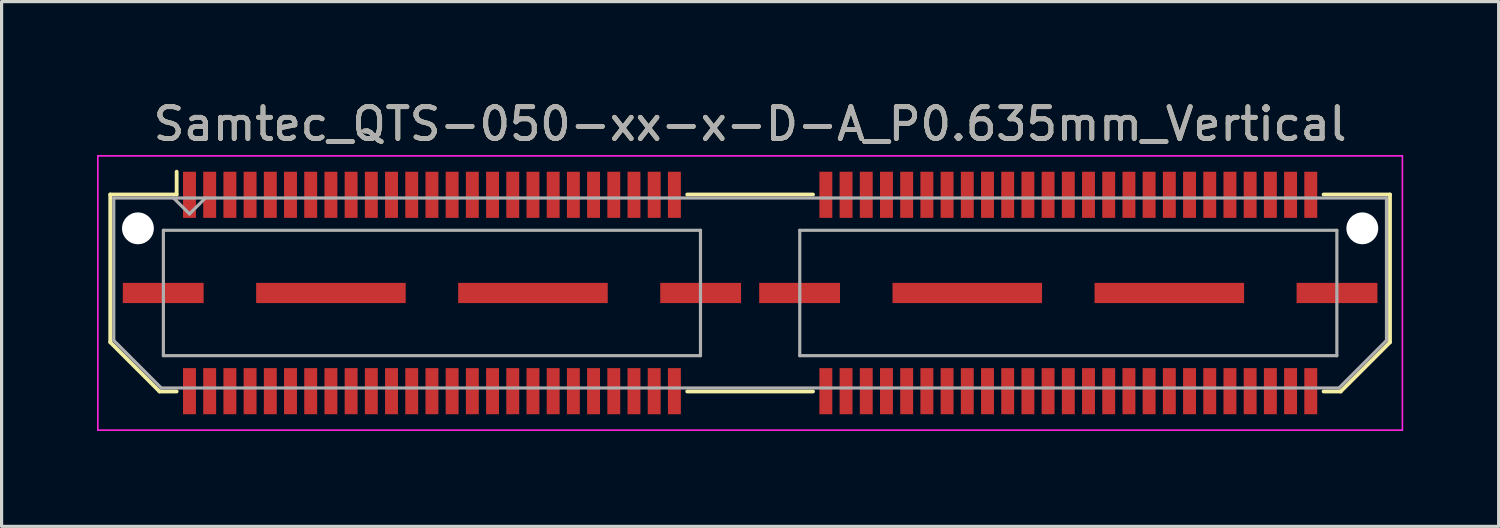
<source format=kicad_pcb>
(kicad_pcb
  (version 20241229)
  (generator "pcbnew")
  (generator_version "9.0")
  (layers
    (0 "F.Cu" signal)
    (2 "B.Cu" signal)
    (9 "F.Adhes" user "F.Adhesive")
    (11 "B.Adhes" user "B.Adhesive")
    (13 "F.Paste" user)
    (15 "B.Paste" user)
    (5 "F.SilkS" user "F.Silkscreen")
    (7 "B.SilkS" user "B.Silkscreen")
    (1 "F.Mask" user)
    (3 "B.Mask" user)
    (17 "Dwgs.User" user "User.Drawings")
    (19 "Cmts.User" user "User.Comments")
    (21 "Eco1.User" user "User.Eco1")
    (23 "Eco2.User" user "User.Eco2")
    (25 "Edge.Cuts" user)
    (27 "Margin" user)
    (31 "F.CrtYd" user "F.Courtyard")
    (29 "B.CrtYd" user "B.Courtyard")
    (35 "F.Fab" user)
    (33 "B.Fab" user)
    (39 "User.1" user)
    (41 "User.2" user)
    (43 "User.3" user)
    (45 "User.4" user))
  (footprint "Samtec_QTS-050-xx-x-D-A_P0.635mm_Vertical"
    (layer "F.Cu")
    (at 20.525 6.158)
    (property "Reference" "Samtec_QTS-050-xx-x-D-A_P0.635mm_Vertical" (at 0 -5.31 0) (layer "F.SilkS") (effects (font (size 1 1) (thickness 0.15))))
    (attr smd)
    (fp_line (start -20.11 -3.095) (end -20.11 1.548) (stroke (width 0.12) (type solid)) (layer "F.SilkS"))
    (fp_line (start -20.11 1.548) (end -18.562 3.095) (stroke (width 0.12) (type solid)) (layer "F.SilkS"))
    (fp_line (start -18.562 3.095) (end -18.023 3.095) (stroke (width 0.12) (type solid)) (layer "F.SilkS"))
    (fp_line (start -18.023 -3.811) (end -18.023 -3.095) (stroke (width 0.12) (type solid)) (layer "F.SilkS"))
    (fp_line (start -18.023 -3.095) (end -20.11 -3.095) (stroke (width 0.12) (type solid)) (layer "F.SilkS"))
    (fp_line (start -1.977 -3.095) (end 1.977 -3.095) (stroke (width 0.12) (type solid)) (layer "F.SilkS"))
    (fp_line (start -1.977 3.095) (end 1.977 3.095) (stroke (width 0.12) (type solid)) (layer "F.SilkS"))
    (fp_line (start 18.023 -3.095) (end 20.11 -3.095) (stroke (width 0.12) (type solid)) (layer "F.SilkS"))
    (fp_line (start 18.562 3.095) (end 18.023 3.095) (stroke (width 0.12) (type solid)) (layer "F.SilkS"))
    (fp_line (start 20.11 -3.095) (end 20.11 1.548) (stroke (width 0.12) (type solid)) (layer "F.SilkS"))
    (fp_line (start 20.11 1.548) (end 18.562 3.095) (stroke (width 0.12) (type solid)) (layer "F.SilkS"))
    (fp_line (start -20.5 -4.31) (end -20.5 4.31) (stroke (width 0.05) (type solid)) (layer "F.CrtYd"))
    (fp_line (start -20.5 4.31) (end 20.5 4.31) (stroke (width 0.05) (type solid)) (layer "F.CrtYd"))
    (fp_line (start 20.5 -4.31) (end -20.5 -4.31) (stroke (width 0.05) (type solid)) (layer "F.CrtYd"))
    (fp_line (start 20.5 4.31) (end 20.5 -4.31) (stroke (width 0.05) (type solid)) (layer "F.CrtYd"))
    (fp_line (start -20 -2.985) (end -20 1.492) (stroke (width 0.1) (type solid)) (layer "F.Fab"))
    (fp_line (start -20 -2.985) (end 20 -2.985) (stroke (width 0.1) (type solid)) (layer "F.Fab"))
    (fp_line (start -20 1.492) (end -18.508 2.985) (stroke (width 0.1) (type solid)) (layer "F.Fab"))
    (fp_line (start -18.508 2.985) (end 18.508 2.985) (stroke (width 0.1) (type solid)) (layer "F.Fab"))
    (fp_line (start -18.44 -1.97) (end -18.44 1.97) (stroke (width 0.1) (type solid)) (layer "F.Fab"))
    (fp_line (start -18.44 1.97) (end -1.56 1.97) (stroke (width 0.1) (type solid)) (layer "F.Fab"))
    (fp_line (start -17.62 -2.485) (end -18.12 -2.985) (stroke (width 0.1) (type solid)) (layer "F.Fab"))
    (fp_line (start -17.12 -2.985) (end -17.62 -2.485) (stroke (width 0.1) (type solid)) (layer "F.Fab"))
    (fp_line (start -1.56 -1.97) (end -18.44 -1.97) (stroke (width 0.1) (type solid)) (layer "F.Fab"))
    (fp_line (start -1.56 1.97) (end -1.56 -1.97) (stroke (width 0.1) (type solid)) (layer "F.Fab"))
    (fp_line (start 1.56 -1.97) (end 1.56 1.97) (stroke (width 0.1) (type solid)) (layer "F.Fab"))
    (fp_line (start 1.56 1.97) (end 18.44 1.97) (stroke (width 0.1) (type solid)) (layer "F.Fab"))
    (fp_line (start 18.44 -1.97) (end 1.56 -1.97) (stroke (width 0.1) (type solid)) (layer "F.Fab"))
    (fp_line (start 18.44 1.97) (end 18.44 -1.97) (stroke (width 0.1) (type solid)) (layer "F.Fab"))
    (fp_line (start 20 -2.985) (end 20 1.492) (stroke (width 0.1) (type solid)) (layer "F.Fab"))
    (fp_line (start 20 1.492) (end 18.508 2.985) (stroke (width 0.1) (type solid)) (layer "F.Fab"))
    (fp_text user "${REFERENCE}" (at 0 -5.31 0) (layer "F.Fab") (effects (font (size 1 1) (thickness 0.15))))
    (pad "" np_thru_hole circle (at -19.24 -2.032) (size 1 1) (drill 1) (layers "*.Cu" "*.Mask"))
    (pad "" np_thru_hole circle (at 19.24 -2.032) (size 1 1) (drill 1) (layers "*.Cu" "*.Mask"))
    (pad "1" smd rect (at -17.62 -3.086) (size 0.406 1.45) (layers "F.Cu" "F.Mask" "F.Paste"))
    (pad "2" smd rect (at -17.62 3.086) (size 0.406 1.45) (layers "F.Cu" "F.Mask" "F.Paste"))
    (pad "3" smd rect (at -16.985 -3.086) (size 0.406 1.45) (layers "F.Cu" "F.Mask" "F.Paste"))
    (pad "4" smd rect (at -16.985 3.086) (size 0.406 1.45) (layers "F.Cu" "F.Mask" "F.Paste"))
    (pad "5" smd rect (at -16.35 -3.086) (size 0.406 1.45) (layers "F.Cu" "F.Mask" "F.Paste"))
    (pad "6" smd rect (at -16.35 3.086) (size 0.406 1.45) (layers "F.Cu" "F.Mask" "F.Paste"))
    (pad "7" smd rect (at -15.715 -3.086) (size 0.406 1.45) (layers "F.Cu" "F.Mask" "F.Paste"))
    (pad "8" smd rect (at -15.715 3.086) (size 0.406 1.45) (layers "F.Cu" "F.Mask" "F.Paste"))
    (pad "9" smd rect (at -15.08 -3.086) (size 0.406 1.45) (layers "F.Cu" "F.Mask" "F.Paste"))
    (pad "10" smd rect (at -15.08 3.086) (size 0.406 1.45) (layers "F.Cu" "F.Mask" "F.Paste"))
    (pad "11" smd rect (at -14.445 -3.086) (size 0.406 1.45) (layers "F.Cu" "F.Mask" "F.Paste"))
    (pad "12" smd rect (at -14.445 3.086) (size 0.406 1.45) (layers "F.Cu" "F.Mask" "F.Paste"))
    (pad "13" smd rect (at -13.81 -3.086) (size 0.406 1.45) (layers "F.Cu" "F.Mask" "F.Paste"))
    (pad "14" smd rect (at -13.81 3.086) (size 0.406 1.45) (layers "F.Cu" "F.Mask" "F.Paste"))
    (pad "15" smd rect (at -13.175 -3.086) (size 0.406 1.45) (layers "F.Cu" "F.Mask" "F.Paste"))
    (pad "16" smd rect (at -13.175 3.086) (size 0.406 1.45) (layers "F.Cu" "F.Mask" "F.Paste"))
    (pad "17" smd rect (at -12.54 -3.086) (size 0.406 1.45) (layers "F.Cu" "F.Mask" "F.Paste"))
    (pad "18" smd rect (at -12.54 3.086) (size 0.406 1.45) (layers "F.Cu" "F.Mask" "F.Paste"))
    (pad "19" smd rect (at -11.905 -3.086) (size 0.406 1.45) (layers "F.Cu" "F.Mask" "F.Paste"))
    (pad "20" smd rect (at -11.905 3.086) (size 0.406 1.45) (layers "F.Cu" "F.Mask" "F.Paste"))
    (pad "21" smd rect (at -11.27 -3.086) (size 0.406 1.45) (layers "F.Cu" "F.Mask" "F.Paste"))
    (pad "22" smd rect (at -11.27 3.086) (size 0.406 1.45) (layers "F.Cu" "F.Mask" "F.Paste"))
    (pad "23" smd rect (at -10.635 -3.086) (size 0.406 1.45) (layers "F.Cu" "F.Mask" "F.Paste"))
    (pad "24" smd rect (at -10.635 3.086) (size 0.406 1.45) (layers "F.Cu" "F.Mask" "F.Paste"))
    (pad "25" smd rect (at -10 -3.086) (size 0.406 1.45) (layers "F.Cu" "F.Mask" "F.Paste"))
    (pad "26" smd rect (at -10 3.086) (size 0.406 1.45) (layers "F.Cu" "F.Mask" "F.Paste"))
    (pad "27" smd rect (at -9.365 -3.086) (size 0.406 1.45) (layers "F.Cu" "F.Mask" "F.Paste"))
    (pad "28" smd rect (at -9.365 3.086) (size 0.406 1.45) (layers "F.Cu" "F.Mask" "F.Paste"))
    (pad "29" smd rect (at -8.73 -3.086) (size 0.406 1.45) (layers "F.Cu" "F.Mask" "F.Paste"))
    (pad "30" smd rect (at -8.73 3.086) (size 0.406 1.45) (layers "F.Cu" "F.Mask" "F.Paste"))
    (pad "31" smd rect (at -8.095 -3.086) (size 0.406 1.45) (layers "F.Cu" "F.Mask" "F.Paste"))
    (pad "32" smd rect (at -8.095 3.086) (size 0.406 1.45) (layers "F.Cu" "F.Mask" "F.Paste"))
    (pad "33" smd rect (at -7.46 -3.086) (size 0.406 1.45) (layers "F.Cu" "F.Mask" "F.Paste"))
    (pad "34" smd rect (at -7.46 3.086) (size 0.406 1.45) (layers "F.Cu" "F.Mask" "F.Paste"))
    (pad "35" smd rect (at -6.825 -3.086) (size 0.406 1.45) (layers "F.Cu" "F.Mask" "F.Paste"))
    (pad "36" smd rect (at -6.825 3.086) (size 0.406 1.45) (layers "F.Cu" "F.Mask" "F.Paste"))
    (pad "37" smd rect (at -6.19 -3.086) (size 0.406 1.45) (layers "F.Cu" "F.Mask" "F.Paste"))
    (pad "38" smd rect (at -6.19 3.086) (size 0.406 1.45) (layers "F.Cu" "F.Mask" "F.Paste"))
    (pad "39" smd rect (at -5.555 -3.086) (size 0.406 1.45) (layers "F.Cu" "F.Mask" "F.Paste"))
    (pad "40" smd rect (at -5.555 3.086) (size 0.406 1.45) (layers "F.Cu" "F.Mask" "F.Paste"))
    (pad "41" smd rect (at -4.92 -3.086) (size 0.406 1.45) (layers "F.Cu" "F.Mask" "F.Paste"))
    (pad "42" smd rect (at -4.92 3.086) (size 0.406 1.45) (layers "F.Cu" "F.Mask" "F.Paste"))
    (pad "43" smd rect (at -4.285 -3.086) (size 0.406 1.45) (layers "F.Cu" "F.Mask" "F.Paste"))
    (pad "44" smd rect (at -4.285 3.086) (size 0.406 1.45) (layers "F.Cu" "F.Mask" "F.Paste"))
    (pad "45" smd rect (at -3.65 -3.086) (size 0.406 1.45) (layers "F.Cu" "F.Mask" "F.Paste"))
    (pad "46" smd rect (at -3.65 3.086) (size 0.406 1.45) (layers "F.Cu" "F.Mask" "F.Paste"))
    (pad "47" smd rect (at -3.015 -3.086) (size 0.406 1.45) (layers "F.Cu" "F.Mask" "F.Paste"))
    (pad "48" smd rect (at -3.015 3.086) (size 0.406 1.45) (layers "F.Cu" "F.Mask" "F.Paste"))
    (pad "49" smd rect (at -2.38 -3.086) (size 0.406 1.45) (layers "F.Cu" "F.Mask" "F.Paste"))
    (pad "50" smd rect (at -2.38 3.086) (size 0.406 1.45) (layers "F.Cu" "F.Mask" "F.Paste"))
    (pad "51" smd rect (at 2.38 -3.086) (size 0.406 1.45) (layers "F.Cu" "F.Mask" "F.Paste"))
    (pad "52" smd rect (at 2.38 3.086) (size 0.406 1.45) (layers "F.Cu" "F.Mask" "F.Paste"))
    (pad "53" smd rect (at 3.015 -3.086) (size 0.406 1.45) (layers "F.Cu" "F.Mask" "F.Paste"))
    (pad "54" smd rect (at 3.015 3.086) (size 0.406 1.45) (layers "F.Cu" "F.Mask" "F.Paste"))
    (pad "55" smd rect (at 3.65 -3.086) (size 0.406 1.45) (layers "F.Cu" "F.Mask" "F.Paste"))
    (pad "56" smd rect (at 3.65 3.086) (size 0.406 1.45) (layers "F.Cu" "F.Mask" "F.Paste"))
    (pad "57" smd rect (at 4.285 -3.086) (size 0.406 1.45) (layers "F.Cu" "F.Mask" "F.Paste"))
    (pad "58" smd rect (at 4.285 3.086) (size 0.406 1.45) (layers "F.Cu" "F.Mask" "F.Paste"))
    (pad "59" smd rect (at 4.92 -3.086) (size 0.406 1.45) (layers "F.Cu" "F.Mask" "F.Paste"))
    (pad "60" smd rect (at 4.92 3.086) (size 0.406 1.45) (layers "F.Cu" "F.Mask" "F.Paste"))
    (pad "61" smd rect (at 5.555 -3.086) (size 0.406 1.45) (layers "F.Cu" "F.Mask" "F.Paste"))
    (pad "62" smd rect (at 5.555 3.086) (size 0.406 1.45) (layers "F.Cu" "F.Mask" "F.Paste"))
    (pad "63" smd rect (at 6.19 -3.086) (size 0.406 1.45) (layers "F.Cu" "F.Mask" "F.Paste"))
    (pad "64" smd rect (at 6.19 3.086) (size 0.406 1.45) (layers "F.Cu" "F.Mask" "F.Paste"))
    (pad "65" smd rect (at 6.825 -3.086) (size 0.406 1.45) (layers "F.Cu" "F.Mask" "F.Paste"))
    (pad "66" smd rect (at 6.825 3.086) (size 0.406 1.45) (layers "F.Cu" "F.Mask" "F.Paste"))
    (pad "67" smd rect (at 7.46 -3.086) (size 0.406 1.45) (layers "F.Cu" "F.Mask" "F.Paste"))
    (pad "68" smd rect (at 7.46 3.086) (size 0.406 1.45) (layers "F.Cu" "F.Mask" "F.Paste"))
    (pad "69" smd rect (at 8.095 -3.086) (size 0.406 1.45) (layers "F.Cu" "F.Mask" "F.Paste"))
    (pad "70" smd rect (at 8.095 3.086) (size 0.406 1.45) (layers "F.Cu" "F.Mask" "F.Paste"))
    (pad "71" smd rect (at 8.73 -3.086) (size 0.406 1.45) (layers "F.Cu" "F.Mask" "F.Paste"))
    (pad "72" smd rect (at 8.73 3.086) (size 0.406 1.45) (layers "F.Cu" "F.Mask" "F.Paste"))
    (pad "73" smd rect (at 9.365 -3.086) (size 0.406 1.45) (layers "F.Cu" "F.Mask" "F.Paste"))
    (pad "74" smd rect (at 9.365 3.086) (size 0.406 1.45) (layers "F.Cu" "F.Mask" "F.Paste"))
    (pad "75" smd rect (at 10 -3.086) (size 0.406 1.45) (layers "F.Cu" "F.Mask" "F.Paste"))
    (pad "76" smd rect (at 10 3.086) (size 0.406 1.45) (layers "F.Cu" "F.Mask" "F.Paste"))
    (pad "77" smd rect (at 10.635 -3.086) (size 0.406 1.45) (layers "F.Cu" "F.Mask" "F.Paste"))
    (pad "78" smd rect (at 10.635 3.086) (size 0.406 1.45) (layers "F.Cu" "F.Mask" "F.Paste"))
    (pad "79" smd rect (at 11.27 -3.086) (size 0.406 1.45) (layers "F.Cu" "F.Mask" "F.Paste"))
    (pad "80" smd rect (at 11.27 3.086) (size 0.406 1.45) (layers "F.Cu" "F.Mask" "F.Paste"))
    (pad "81" smd rect (at 11.905 -3.086) (size 0.406 1.45) (layers "F.Cu" "F.Mask" "F.Paste"))
    (pad "82" smd rect (at 11.905 3.086) (size 0.406 1.45) (layers "F.Cu" "F.Mask" "F.Paste"))
    (pad "83" smd rect (at 12.54 -3.086) (size 0.406 1.45) (layers "F.Cu" "F.Mask" "F.Paste"))
    (pad "84" smd rect (at 12.54 3.086) (size 0.406 1.45) (layers "F.Cu" "F.Mask" "F.Paste"))
    (pad "85" smd rect (at 13.175 -3.086) (size 0.406 1.45) (layers "F.Cu" "F.Mask" "F.Paste"))
    (pad "86" smd rect (at 13.175 3.086) (size 0.406 1.45) (layers "F.Cu" "F.Mask" "F.Paste"))
    (pad "87" smd rect (at 13.81 -3.086) (size 0.406 1.45) (layers "F.Cu" "F.Mask" "F.Paste"))
    (pad "88" smd rect (at 13.81 3.086) (size 0.406 1.45) (layers "F.Cu" "F.Mask" "F.Paste"))
    (pad "89" smd rect (at 14.445 -3.086) (size 0.406 1.45) (layers "F.Cu" "F.Mask" "F.Paste"))
    (pad "90" smd rect (at 14.445 3.086) (size 0.406 1.45) (layers "F.Cu" "F.Mask" "F.Paste"))
    (pad "91" smd rect (at 15.08 -3.086) (size 0.406 1.45) (layers "F.Cu" "F.Mask" "F.Paste"))
    (pad "92" smd rect (at 15.08 3.086) (size 0.406 1.45) (layers "F.Cu" "F.Mask" "F.Paste"))
    (pad "93" smd rect (at 15.715 -3.086) (size 0.406 1.45) (layers "F.Cu" "F.Mask" "F.Paste"))
    (pad "94" smd rect (at 15.715 3.086) (size 0.406 1.45) (layers "F.Cu" "F.Mask" "F.Paste"))
    (pad "95" smd rect (at 16.35 -3.086) (size 0.406 1.45) (layers "F.Cu" "F.Mask" "F.Paste"))
    (pad "96" smd rect (at 16.35 3.086) (size 0.406 1.45) (layers "F.Cu" "F.Mask" "F.Paste"))
    (pad "97" smd rect (at 16.985 -3.086) (size 0.406 1.45) (layers "F.Cu" "F.Mask" "F.Paste"))
    (pad "98" smd rect (at 16.985 3.086) (size 0.406 1.45) (layers "F.Cu" "F.Mask" "F.Paste"))
    (pad "99" smd rect (at 17.62 -3.086) (size 0.406 1.45) (layers "F.Cu" "F.Mask" "F.Paste"))
    (pad "100" smd rect (at 17.62 3.086) (size 0.406 1.45) (layers "F.Cu" "F.Mask" "F.Paste"))
    (pad "P1" smd rect (at -18.445 0) (size 2.54 0.635) (layers "F.Cu" "F.Mask" "F.Paste"))
    (pad "P1" smd rect (at -13.175 0) (size 4.7 0.635) (layers "F.Cu" "F.Mask" "F.Paste"))
    (pad "P1" smd rect (at -6.825 0) (size 4.7 0.635) (layers "F.Cu" "F.Mask" "F.Paste"))
    (pad "P1" smd rect (at -1.555 0) (size 2.54 0.635) (layers "F.Cu" "F.Mask" "F.Paste"))
    (pad "P2" smd rect (at 1.555 0) (size 2.54 0.635) (layers "F.Cu" "F.Mask" "F.Paste"))
    (pad "P2" smd rect (at 6.825 0) (size 4.7 0.635) (layers "F.Cu" "F.Mask" "F.Paste"))
    (pad "P2" smd rect (at 13.175 0) (size 4.7 0.635) (layers "F.Cu" "F.Mask" "F.Paste"))
    (pad "P2" smd rect (at 18.445 0) (size 2.54 0.635) (layers "F.Cu" "F.Mask" "F.Paste")))
  (gr_rect
    (start -3 -3)
    (end 44.05 13.493)
    (stroke (width 0.1) (type default))
    (fill no)
    (layer "Edge.Cuts")))
</source>
